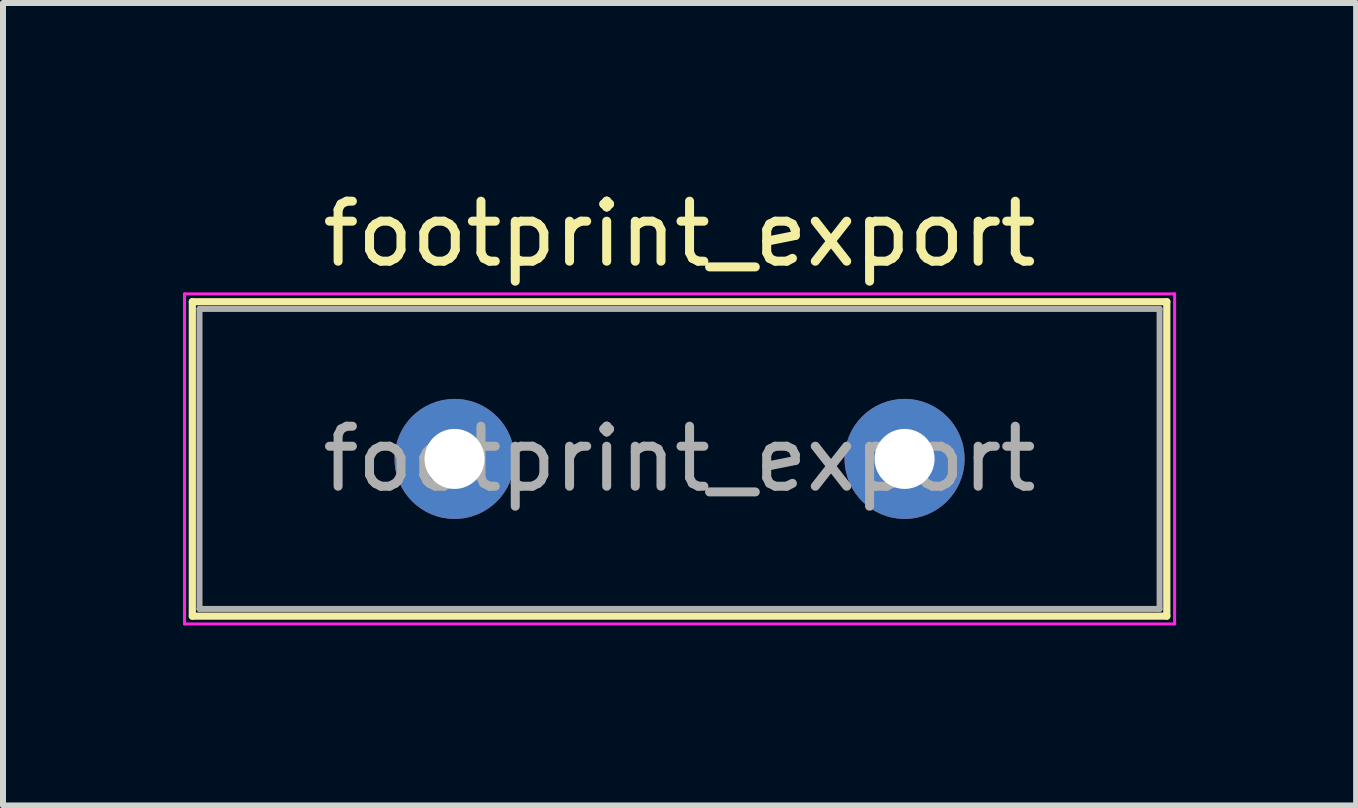
<source format=kicad_pcb>
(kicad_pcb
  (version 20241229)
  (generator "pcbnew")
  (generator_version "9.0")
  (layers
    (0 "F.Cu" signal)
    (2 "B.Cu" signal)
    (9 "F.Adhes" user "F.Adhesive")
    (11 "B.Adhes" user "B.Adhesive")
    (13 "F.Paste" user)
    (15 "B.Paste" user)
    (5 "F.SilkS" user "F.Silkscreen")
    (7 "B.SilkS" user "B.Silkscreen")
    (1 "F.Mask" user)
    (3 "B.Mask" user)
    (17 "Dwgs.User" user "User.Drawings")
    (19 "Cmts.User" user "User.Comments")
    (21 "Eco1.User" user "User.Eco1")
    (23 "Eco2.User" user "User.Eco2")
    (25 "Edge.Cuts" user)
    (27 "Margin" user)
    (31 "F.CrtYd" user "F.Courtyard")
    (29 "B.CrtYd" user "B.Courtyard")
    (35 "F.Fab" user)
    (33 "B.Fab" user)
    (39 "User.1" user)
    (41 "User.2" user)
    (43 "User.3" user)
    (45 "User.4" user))
  (footprint "footprint_export"
    (layer "F.Cu")
    (at 4.525 4.598)
    (property "Reference" "footprint_export" (at 3.75 -3.75 0) (layer "F.SilkS") (effects (font (size 1 1) (thickness 0.15))))
    (attr through_hole)
    (fp_line (start -4.37 -2.62) (end -4.37 2.62) (stroke (width 0.12) (type solid)) (layer "F.SilkS"))
    (fp_line (start -4.37 -2.62) (end 11.87 -2.62) (stroke (width 0.12) (type solid)) (layer "F.SilkS"))
    (fp_line (start -4.37 2.62) (end 11.87 2.62) (stroke (width 0.12) (type solid)) (layer "F.SilkS"))
    (fp_line (start 11.87 -2.62) (end 11.87 2.62) (stroke (width 0.12) (type solid)) (layer "F.SilkS"))
    (fp_line (start -4.5 -2.75) (end -4.5 2.75) (stroke (width 0.05) (type solid)) (layer "F.CrtYd"))
    (fp_line (start -4.5 2.75) (end 12 2.75) (stroke (width 0.05) (type solid)) (layer "F.CrtYd"))
    (fp_line (start 12 -2.75) (end -4.5 -2.75) (stroke (width 0.05) (type solid)) (layer "F.CrtYd"))
    (fp_line (start 12 2.75) (end 12 -2.75) (stroke (width 0.05) (type solid)) (layer "F.CrtYd"))
    (fp_line (start -4.25 -2.5) (end -4.25 2.5) (stroke (width 0.1) (type solid)) (layer "F.Fab"))
    (fp_line (start -4.25 2.5) (end 11.75 2.5) (stroke (width 0.1) (type solid)) (layer "F.Fab"))
    (fp_line (start 11.75 -2.5) (end -4.25 -2.5) (stroke (width 0.1) (type solid)) (layer "F.Fab"))
    (fp_line (start 11.75 2.5) (end 11.75 -2.5) (stroke (width 0.1) (type solid)) (layer "F.Fab"))
    (fp_text user "${REFERENCE}" (at 3.75 0 0) (layer "F.Fab") (effects (font (size 1 1) (thickness 0.15))))
    (pad "1" thru_hole circle (at 0 0) (size 2 2) (drill 1) (layers "*.Cu" "*.Mask"))
    (pad "2" thru_hole circle (at 7.5 0) (size 2 2) (drill 1) (layers "*.Cu" "*.Mask")))
  (gr_rect
    (start -3 -3)
    (end 19.55 10.373)
    (stroke (width 0.1) (type default))
    (fill no)
    (layer "Edge.Cuts")))
</source>
